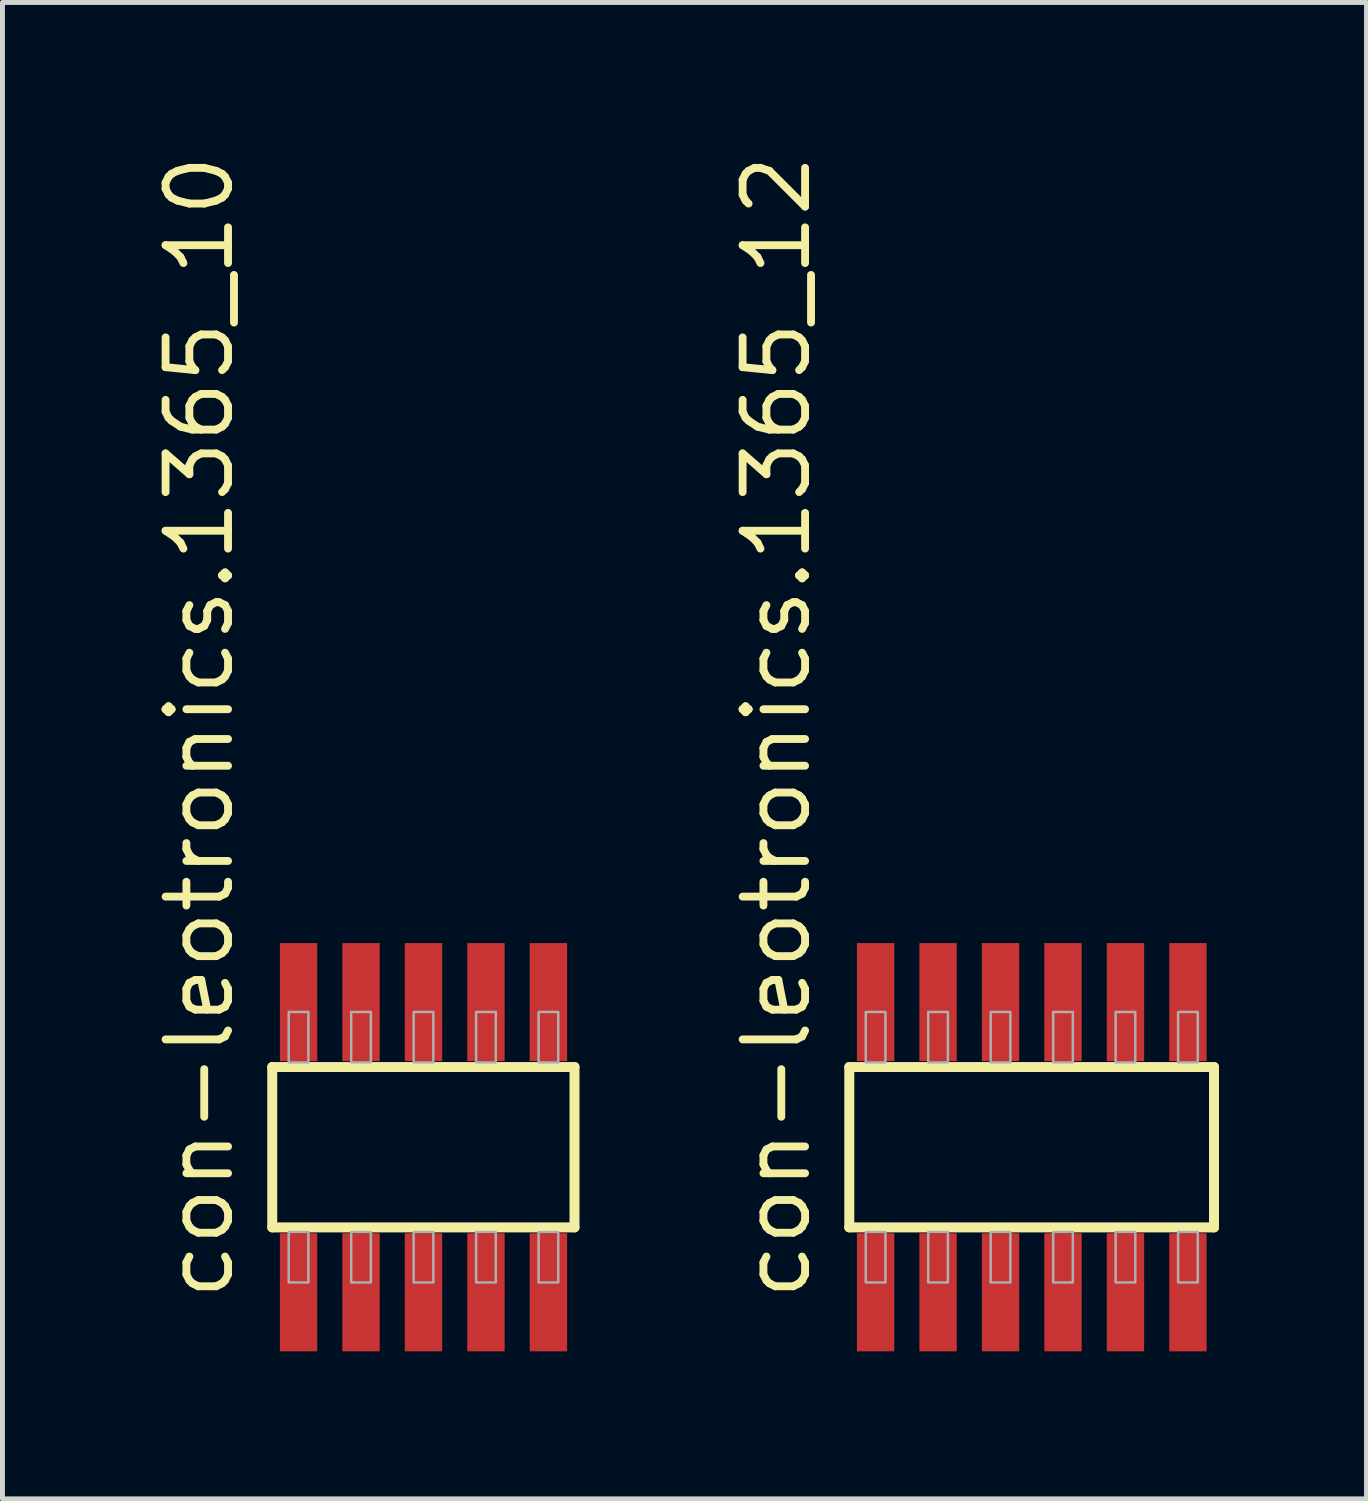
<source format=kicad_pcb>
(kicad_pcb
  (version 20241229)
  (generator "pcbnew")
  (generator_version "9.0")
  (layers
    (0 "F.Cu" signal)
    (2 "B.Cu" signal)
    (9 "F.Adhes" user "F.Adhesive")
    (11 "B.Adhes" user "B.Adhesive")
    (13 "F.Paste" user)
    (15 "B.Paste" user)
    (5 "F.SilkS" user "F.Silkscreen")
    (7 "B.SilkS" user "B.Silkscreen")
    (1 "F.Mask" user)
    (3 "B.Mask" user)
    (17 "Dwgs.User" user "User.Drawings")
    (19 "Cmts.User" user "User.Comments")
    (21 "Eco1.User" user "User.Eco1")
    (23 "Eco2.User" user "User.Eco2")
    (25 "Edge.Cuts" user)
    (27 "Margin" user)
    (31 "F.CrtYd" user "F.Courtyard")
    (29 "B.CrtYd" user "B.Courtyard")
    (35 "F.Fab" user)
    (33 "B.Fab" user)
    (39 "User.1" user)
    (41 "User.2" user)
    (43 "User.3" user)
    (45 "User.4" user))
  (footprint "con-leotronics.1365_10"
    (layer "F.Cu")
    (at 5.56 20.274)
    (property "Reference" "con-leotronics.1365_10" (at -3.81 3.175 90) (layer "F.SilkS") (effects (font (size 1.27 1.27) (thickness 0.16)) (justify left bottom)))
    (attr smd)
    (fp_line (start -3.075 -1.63) (end 3.07 -1.63) (stroke (width 0.203) (type default)) (layer "F.SilkS"))
    (fp_line (start -3.075 1.63) (end -3.075 -1.63) (stroke (width 0.203) (type default)) (layer "F.SilkS"))
    (fp_line (start 3.07 -1.63) (end 3.07 1.63) (stroke (width 0.203) (type default)) (layer "F.SilkS"))
    (fp_line (start 3.07 1.63) (end -3.075 1.63) (stroke (width 0.203) (type default)) (layer "F.SilkS"))
    (fp_rect (start -2.74 -1.725) (end -2.34 -2.75) (stroke (width 0.05) (type default)) (fill no) (layer "F.Fab"))
    (fp_rect (start -2.74 2.75) (end -2.34 1.725) (stroke (width 0.05) (type default)) (fill no) (layer "F.Fab"))
    (fp_rect (start -1.47 -1.725) (end -1.07 -2.75) (stroke (width 0.05) (type default)) (fill no) (layer "F.Fab"))
    (fp_rect (start -1.47 2.75) (end -1.07 1.725) (stroke (width 0.05) (type default)) (fill no) (layer "F.Fab"))
    (fp_rect (start -0.2 -1.725) (end 0.2 -2.75) (stroke (width 0.05) (type default)) (fill no) (layer "F.Fab"))
    (fp_rect (start -0.2 2.75) (end 0.2 1.725) (stroke (width 0.05) (type default)) (fill no) (layer "F.Fab"))
    (fp_rect (start 1.07 -1.725) (end 1.47 -2.75) (stroke (width 0.05) (type default)) (fill no) (layer "F.Fab"))
    (fp_rect (start 1.07 2.75) (end 1.47 1.725) (stroke (width 0.05) (type default)) (fill no) (layer "F.Fab"))
    (fp_rect (start 2.34 -1.725) (end 2.74 -2.75) (stroke (width 0.05) (type default)) (fill no) (layer "F.Fab"))
    (fp_rect (start 2.34 2.75) (end 2.74 1.725) (stroke (width 0.05) (type default)) (fill no) (layer "F.Fab"))
    (pad "1" smd roundrect (at -2.54 2.95) (size 0.76 2.4) (layers "F.Cu" "F.Mask" "F.Paste") (roundrect_rratio 0.01))
    (pad "2" smd roundrect (at -2.54 -2.95) (size 0.76 2.4) (layers "F.Cu" "F.Mask" "F.Paste") (roundrect_rratio 0.01))
    (pad "3" smd roundrect (at -1.27 2.95) (size 0.76 2.4) (layers "F.Cu" "F.Mask" "F.Paste") (roundrect_rratio 0.01))
    (pad "4" smd roundrect (at -1.27 -2.95) (size 0.76 2.4) (layers "F.Cu" "F.Mask" "F.Paste") (roundrect_rratio 0.01))
    (pad "5" smd roundrect (at 0 2.95) (size 0.76 2.4) (layers "F.Cu" "F.Mask" "F.Paste") (roundrect_rratio 0.01))
    (pad "6" smd roundrect (at 0 -2.95) (size 0.76 2.4) (layers "F.Cu" "F.Mask" "F.Paste") (roundrect_rratio 0.01))
    (pad "7" smd roundrect (at 1.27 2.95) (size 0.76 2.4) (layers "F.Cu" "F.Mask" "F.Paste") (roundrect_rratio 0.01))
    (pad "8" smd roundrect (at 1.27 -2.95) (size 0.76 2.4) (layers "F.Cu" "F.Mask" "F.Paste") (roundrect_rratio 0.01))
    (pad "9" smd roundrect (at 2.54 2.95) (size 0.76 2.4) (layers "F.Cu" "F.Mask" "F.Paste") (roundrect_rratio 0.01))
    (pad "10" smd roundrect (at 2.54 -2.95) (size 0.76 2.4) (layers "F.Cu" "F.Mask" "F.Paste") (roundrect_rratio 0.01)))
  (footprint "con-leotronics.1365_12"
    (layer "F.Cu")
    (at 17.927 20.274)
    (property "Reference" "con-leotronics.1365_12" (at -4.445 3.175 90) (layer "F.SilkS") (effects (font (size 1.27 1.27) (thickness 0.16)) (justify left bottom)))
    (attr smd)
    (fp_line (start -3.71 -1.63) (end 3.705 -1.63) (stroke (width 0.203) (type default)) (layer "F.SilkS"))
    (fp_line (start -3.71 1.63) (end -3.71 -1.63) (stroke (width 0.203) (type default)) (layer "F.SilkS"))
    (fp_line (start 3.705 -1.63) (end 3.705 1.63) (stroke (width 0.203) (type default)) (layer "F.SilkS"))
    (fp_line (start 3.705 1.63) (end -3.71 1.63) (stroke (width 0.203) (type default)) (layer "F.SilkS"))
    (fp_rect (start -3.375 -1.725) (end -2.975 -2.75) (stroke (width 0.05) (type default)) (fill no) (layer "F.Fab"))
    (fp_rect (start -3.375 2.75) (end -2.975 1.725) (stroke (width 0.05) (type default)) (fill no) (layer "F.Fab"))
    (fp_rect (start -2.105 -1.725) (end -1.705 -2.75) (stroke (width 0.05) (type default)) (fill no) (layer "F.Fab"))
    (fp_rect (start -2.105 2.75) (end -1.705 1.725) (stroke (width 0.05) (type default)) (fill no) (layer "F.Fab"))
    (fp_rect (start -0.835 -1.725) (end -0.435 -2.75) (stroke (width 0.05) (type default)) (fill no) (layer "F.Fab"))
    (fp_rect (start -0.835 2.75) (end -0.435 1.725) (stroke (width 0.05) (type default)) (fill no) (layer "F.Fab"))
    (fp_rect (start 0.435 -1.725) (end 0.835 -2.75) (stroke (width 0.05) (type default)) (fill no) (layer "F.Fab"))
    (fp_rect (start 0.435 2.75) (end 0.835 1.725) (stroke (width 0.05) (type default)) (fill no) (layer "F.Fab"))
    (fp_rect (start 1.705 -1.725) (end 2.105 -2.75) (stroke (width 0.05) (type default)) (fill no) (layer "F.Fab"))
    (fp_rect (start 1.705 2.75) (end 2.105 1.725) (stroke (width 0.05) (type default)) (fill no) (layer "F.Fab"))
    (fp_rect (start 2.975 -1.725) (end 3.375 -2.75) (stroke (width 0.05) (type default)) (fill no) (layer "F.Fab"))
    (fp_rect (start 2.975 2.75) (end 3.375 1.725) (stroke (width 0.05) (type default)) (fill no) (layer "F.Fab"))
    (pad "1" smd roundrect (at -3.175 2.95) (size 0.76 2.4) (layers "F.Cu" "F.Mask" "F.Paste") (roundrect_rratio 0.01))
    (pad "2" smd roundrect (at -3.175 -2.95) (size 0.76 2.4) (layers "F.Cu" "F.Mask" "F.Paste") (roundrect_rratio 0.01))
    (pad "3" smd roundrect (at -1.905 2.95) (size 0.76 2.4) (layers "F.Cu" "F.Mask" "F.Paste") (roundrect_rratio 0.01))
    (pad "4" smd roundrect (at -1.905 -2.95) (size 0.76 2.4) (layers "F.Cu" "F.Mask" "F.Paste") (roundrect_rratio 0.01))
    (pad "5" smd roundrect (at -0.635 2.95) (size 0.76 2.4) (layers "F.Cu" "F.Mask" "F.Paste") (roundrect_rratio 0.01))
    (pad "6" smd roundrect (at -0.635 -2.95) (size 0.76 2.4) (layers "F.Cu" "F.Mask" "F.Paste") (roundrect_rratio 0.01))
    (pad "7" smd roundrect (at 0.635 2.95) (size 0.76 2.4) (layers "F.Cu" "F.Mask" "F.Paste") (roundrect_rratio 0.01))
    (pad "8" smd roundrect (at 0.635 -2.95) (size 0.76 2.4) (layers "F.Cu" "F.Mask" "F.Paste") (roundrect_rratio 0.01))
    (pad "9" smd roundrect (at 1.905 2.95) (size 0.76 2.4) (layers "F.Cu" "F.Mask" "F.Paste") (roundrect_rratio 0.01))
    (pad "10" smd roundrect (at 1.905 -2.95) (size 0.76 2.4) (layers "F.Cu" "F.Mask" "F.Paste") (roundrect_rratio 0.01))
    (pad "11" smd roundrect (at 3.175 2.95) (size 0.76 2.4) (layers "F.Cu" "F.Mask" "F.Paste") (roundrect_rratio 0.01))
    (pad "12" smd roundrect (at 3.175 -2.95) (size 0.76 2.4) (layers "F.Cu" "F.Mask" "F.Paste") (roundrect_rratio 0.01)))
  (gr_rect
    (start -3 -3)
    (end 24.733 27.424)
    (stroke (width 0.1) (type default))
    (fill no)
    (layer "Edge.Cuts")))
</source>
